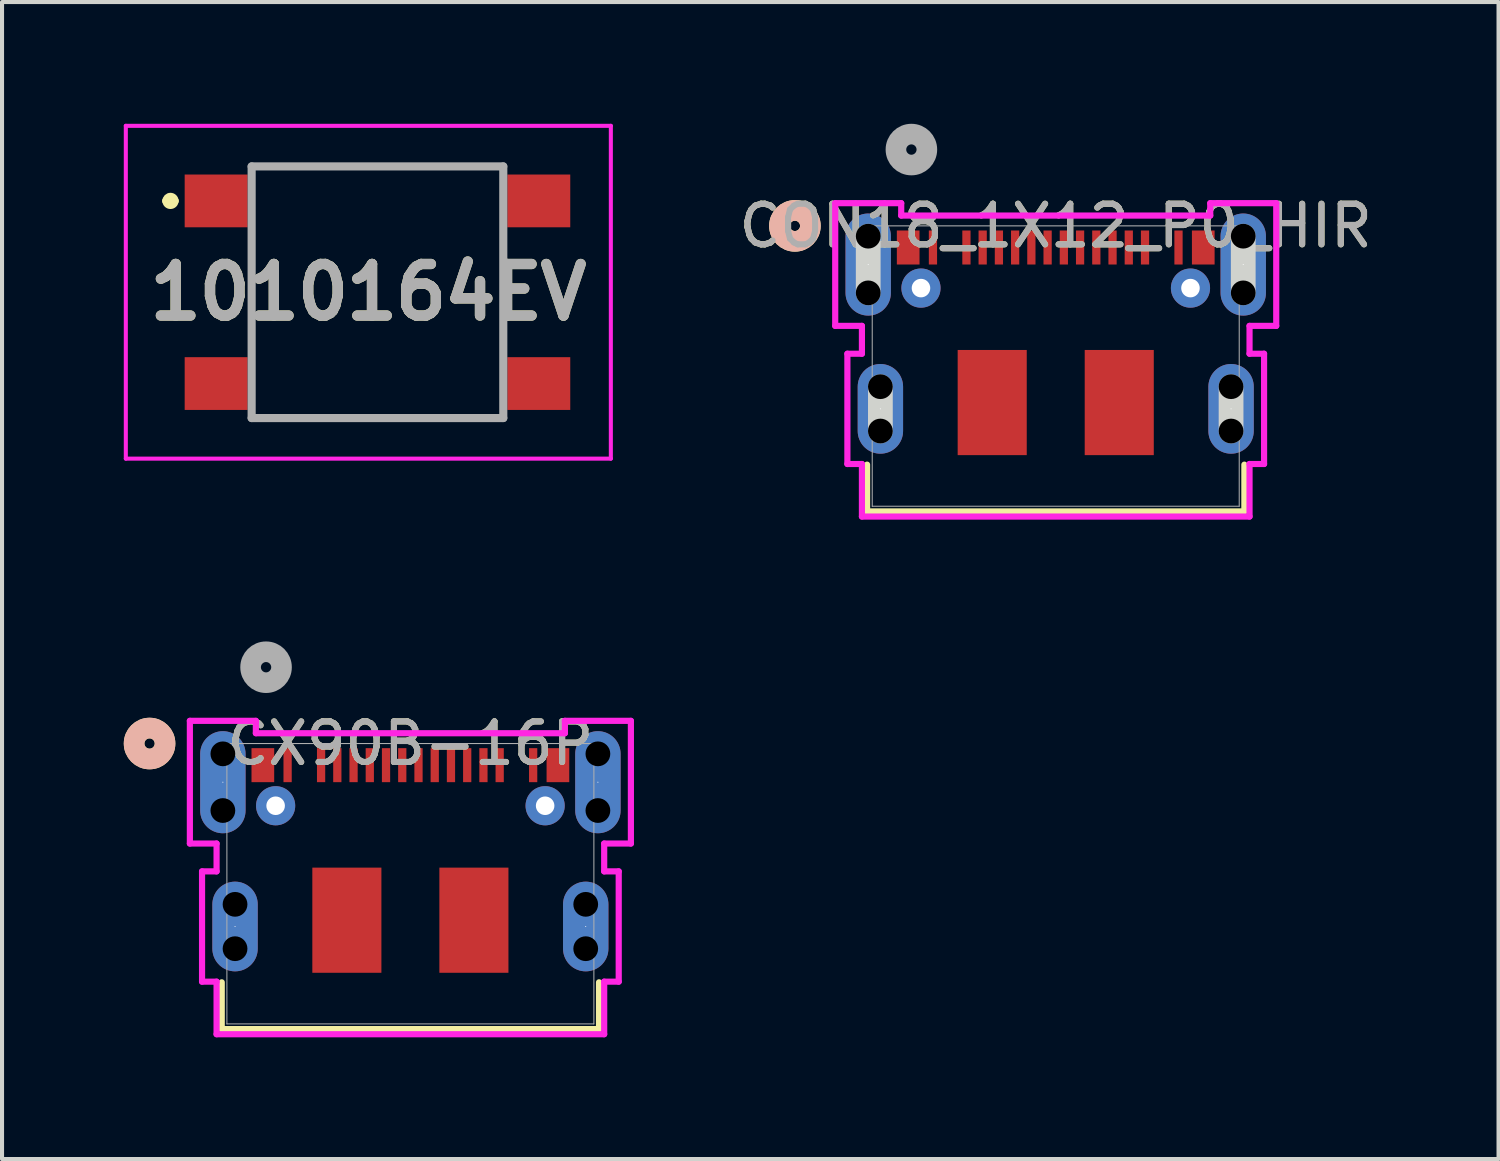
<source format=kicad_pcb>
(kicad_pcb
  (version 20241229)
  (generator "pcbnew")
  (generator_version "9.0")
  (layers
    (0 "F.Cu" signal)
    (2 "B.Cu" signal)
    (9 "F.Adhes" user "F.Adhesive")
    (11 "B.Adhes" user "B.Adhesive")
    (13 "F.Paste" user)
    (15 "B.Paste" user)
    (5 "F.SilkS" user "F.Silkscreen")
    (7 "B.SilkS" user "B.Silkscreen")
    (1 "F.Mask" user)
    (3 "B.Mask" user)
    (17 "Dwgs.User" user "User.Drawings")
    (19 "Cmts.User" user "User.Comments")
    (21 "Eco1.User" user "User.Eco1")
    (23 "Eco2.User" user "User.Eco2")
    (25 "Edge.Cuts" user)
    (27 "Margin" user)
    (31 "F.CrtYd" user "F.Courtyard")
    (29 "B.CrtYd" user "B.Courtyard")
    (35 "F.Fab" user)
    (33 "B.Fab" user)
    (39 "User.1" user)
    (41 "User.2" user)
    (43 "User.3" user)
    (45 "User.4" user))
  (footprint "CX90B-16P"
    (layer "F.Cu")
    (at 7.061 18.723)
    (property "Reference" "CX90B-16P" (at 0 -3.454 0) (unlocked yes) (layer "F.SilkS") (effects (font (size 1 1) (thickness 0.15))))
    (attr smd)
    (fp_line (start -4.648 2.429) (end -4.648 3.581) (stroke (width 0.152) (type solid)) (layer "F.SilkS"))
    (fp_line (start -4.648 3.581) (end 4.648 3.581) (stroke (width 0.152) (type solid)) (layer "F.SilkS"))
    (fp_line (start 4.648 3.581) (end 4.648 2.429) (stroke (width 0.152) (type solid)) (layer "F.SilkS"))
    (fp_circle (center -6.426 -3.454) (end -6.045 -3.454) (stroke (width 0.508) (type solid)) (fill no) (layer "F.SilkS"))
    (fp_circle (center -6.426 -3.454) (end -6.045 -3.454) (stroke (width 0.508) (type solid)) (fill no) (layer "B.SilkS"))
    (fp_line (start -5.433 -4.013) (end -5.433 -0.99) (stroke (width 0.152) (type solid)) (layer "F.CrtYd"))
    (fp_line (start -5.433 -0.99) (end -4.775 -0.99) (stroke (width 0.152) (type solid)) (layer "F.CrtYd"))
    (fp_line (start -5.133 -0.304) (end -5.133 2.413) (stroke (width 0.152) (type solid)) (layer "F.CrtYd"))
    (fp_line (start -5.133 2.413) (end -4.775 2.413) (stroke (width 0.152) (type solid)) (layer "F.CrtYd"))
    (fp_line (start -4.775 -0.99) (end -4.775 -0.304) (stroke (width 0.152) (type solid)) (layer "F.CrtYd"))
    (fp_line (start -4.775 -0.304) (end -5.133 -0.304) (stroke (width 0.152) (type solid)) (layer "F.CrtYd"))
    (fp_line (start -4.775 2.413) (end -4.775 3.708) (stroke (width 0.152) (type solid)) (layer "F.CrtYd"))
    (fp_line (start -4.775 3.708) (end 4.775 3.708) (stroke (width 0.152) (type solid)) (layer "F.CrtYd"))
    (fp_line (start -3.807 -4.013) (end -5.433 -4.013) (stroke (width 0.152) (type solid)) (layer "F.CrtYd"))
    (fp_line (start -3.807 -3.708) (end -3.807 -4.013) (stroke (width 0.152) (type solid)) (layer "F.CrtYd"))
    (fp_line (start 3.807 -4.013) (end 3.807 -3.708) (stroke (width 0.152) (type solid)) (layer "F.CrtYd"))
    (fp_line (start 3.807 -3.708) (end -3.807 -3.708) (stroke (width 0.152) (type solid)) (layer "F.CrtYd"))
    (fp_line (start 4.775 -0.99) (end 5.433 -0.99) (stroke (width 0.152) (type solid)) (layer "F.CrtYd"))
    (fp_line (start 4.775 -0.304) (end 4.775 -0.99) (stroke (width 0.152) (type solid)) (layer "F.CrtYd"))
    (fp_line (start 4.775 2.413) (end 5.133 2.413) (stroke (width 0.152) (type solid)) (layer "F.CrtYd"))
    (fp_line (start 4.775 3.708) (end 4.775 2.413) (stroke (width 0.152) (type solid)) (layer "F.CrtYd"))
    (fp_line (start 5.133 -0.304) (end 4.775 -0.304) (stroke (width 0.152) (type solid)) (layer "F.CrtYd"))
    (fp_line (start 5.133 2.413) (end 5.133 -0.304) (stroke (width 0.152) (type solid)) (layer "F.CrtYd"))
    (fp_line (start 5.433 -4.013) (end 3.807 -4.013) (stroke (width 0.152) (type solid)) (layer "F.CrtYd"))
    (fp_line (start 5.433 -0.99) (end 5.433 -4.013) (stroke (width 0.152) (type solid)) (layer "F.CrtYd"))
    (fp_line (start -4.521 -3.454) (end -4.521 3.454) (stroke (width 0.025) (type solid)) (layer "F.Fab"))
    (fp_line (start -4.521 3.454) (end 4.521 3.454) (stroke (width 0.025) (type solid)) (layer "F.Fab"))
    (fp_line (start 4.521 -3.454) (end -4.521 -3.454) (stroke (width 0.025) (type solid)) (layer "F.Fab"))
    (fp_line (start 4.521 3.454) (end 4.521 -3.454) (stroke (width 0.025) (type solid)) (layer "F.Fab"))
    (fp_circle (center -3.556 -5.334) (end -3.175 -5.334) (stroke (width 0.508) (type solid)) (fill no) (layer "F.Fab"))
    (fp_text user "${REFERENCE}" (at 0 -3.454 0) (unlocked yes) (layer "F.Fab") (effects (font (size 1 1) (thickness 0.15))))
    (pad "" np_thru_hole circle (at -4.62 -3.2) (size 0.61 0.61) (drill 0.61) (layers))
    (pad "" np_thru_hole circle (at -4.62 -1.803) (size 0.61 0.61) (drill 0.61) (layers))
    (pad "" np_thru_hole circle (at -4.32 0.508) (size 0.61 0.61) (drill 0.61) (layers))
    (pad "" thru_hole oval (at -4.32 1.054 90) (size 2.21 1.118) (drill 0.025) (layers "*.Cu" "*.Mask"))
    (pad "" np_thru_hole circle (at -4.32 1.601) (size 0.61 0.61) (drill 0.61) (layers))
    (pad "" thru_hole circle (at -3.32 -1.921) (size 0.965 0.965) (drill 0.457) (layers "*.Cu" "*.Mask"))
    (pad "" smd rect (at -1.565 0.899) (size 1.702 2.591) (layers "F.Cu" "F.Mask" "F.Paste"))
    (pad "" smd rect (at 1.565 0.899) (size 1.702 2.591) (layers "F.Cu" "F.Mask" "F.Paste"))
    (pad "" thru_hole circle (at 3.32 -1.921) (size 0.965 0.965) (drill 0.457) (layers "*.Cu" "*.Mask"))
    (pad "" np_thru_hole circle (at 4.32 0.508) (size 0.61 0.61) (drill 0.61) (layers))
    (pad "" thru_hole oval (at 4.32 1.054 90) (size 2.21 1.118) (drill 0.025) (layers "*.Cu" "*.Mask"))
    (pad "" np_thru_hole circle (at 4.32 1.601) (size 0.61 0.61) (drill 0.61) (layers))
    (pad "" np_thru_hole circle (at 4.62 -3.2) (size 0.61 0.61) (drill 0.61) (layers))
    (pad "" thru_hole oval (at 4.62 -2.501 90) (size 2.515 1.118) (drill 0.025) (layers "*.Cu" "*.Mask"))
    (pad "" np_thru_hole circle (at 4.62 -1.803) (size 0.61 0.61) (drill 0.61) (layers))
    (pad "A1" smd rect (at -3.635 -2.921) (size 0.559 0.838) (layers "F.Cu" "F.Mask" "F.Paste"))
    (pad "A4" smd rect (at -2.2 -2.921) (size 0.203 0.838) (layers "F.Cu" "F.Mask" "F.Paste"))
    (pad "A5" smd rect (at -1.4 -2.921) (size 0.203 0.838) (layers "F.Cu" "F.Mask" "F.Paste"))
    (pad "A6" smd rect (at -0.6 -2.921) (size 0.203 0.838) (layers "F.Cu" "F.Mask" "F.Paste"))
    (pad "A7" smd rect (at 0.6 -2.921) (size 0.203 0.838) (layers "F.Cu" "F.Mask" "F.Paste"))
    (pad "A8" smd rect (at 1.4 -2.921) (size 0.203 0.838) (layers "F.Cu" "F.Mask" "F.Paste"))
    (pad "A9" smd rect (at 2.2 -2.921) (size 0.203 0.838) (layers "F.Cu" "F.Mask" "F.Paste"))
    (pad "A12" smd rect (at 3.635 -2.921) (size 0.559 0.838) (layers "F.Cu" "F.Mask" "F.Paste"))
    (pad "B1" smd rect (at 3.025 -2.921) (size 0.203 0.838) (layers "F.Cu" "F.Mask" "F.Paste"))
    (pad "B4" smd rect (at 1.8 -2.921) (size 0.203 0.838) (layers "F.Cu" "F.Mask" "F.Paste"))
    (pad "B5" smd rect (at 1 -2.921) (size 0.203 0.838) (layers "F.Cu" "F.Mask" "F.Paste"))
    (pad "B6" smd rect (at 0.2 -2.921) (size 0.203 0.838) (layers "F.Cu" "F.Mask" "F.Paste"))
    (pad "B7" smd rect (at -0.2 -2.921) (size 0.203 0.838) (layers "F.Cu" "F.Mask" "F.Paste"))
    (pad "B8" smd rect (at -1 -2.921) (size 0.203 0.838) (layers "F.Cu" "F.Mask" "F.Paste"))
    (pad "B9" smd rect (at -1.8 -2.921) (size 0.203 0.838) (layers "F.Cu" "F.Mask" "F.Paste"))
    (pad "B12" smd rect (at -3.025 -2.921) (size 0.203 0.838) (layers "F.Cu" "F.Mask" "F.Paste"))
    (pad "S1" thru_hole oval (at -4.62 -2.501 90) (size 2.515 1.118) (drill 0.025) (layers "*.Cu" "*.Mask")))
  (footprint "CON18_1X12_P0_HIR"
    (layer "F.Cu")
    (at 22.961 5.969)
    (property "Reference" "CON18_1X12_P0_HIR" (at 0 -3.454 0) (unlocked yes) (layer "F.SilkS") (effects (font (size 1 1) (thickness 0.15))))
    (attr smd)
    (fp_line (start -4.648 2.429) (end -4.648 3.581) (stroke (width 0.152) (type solid)) (layer "F.SilkS"))
    (fp_line (start -4.648 3.581) (end 4.648 3.581) (stroke (width 0.152) (type solid)) (layer "F.SilkS"))
    (fp_line (start 4.648 3.581) (end 4.648 2.429) (stroke (width 0.152) (type solid)) (layer "F.SilkS"))
    (fp_circle (center -6.426 -3.454) (end -6.045 -3.454) (stroke (width 0.508) (type solid)) (fill no) (layer "F.SilkS"))
    (fp_circle (center -6.426 -3.454) (end -6.045 -3.454) (stroke (width 0.508) (type solid)) (fill no) (layer "B.SilkS"))
    (fp_line (start -4.62 -1.803) (end -4.62 -3.2) (stroke (width 0.61) (type solid)) (layer "Edge.Cuts"))
    (fp_line (start -4.32 1.601) (end -4.32 0.508) (stroke (width 0.61) (type solid)) (layer "Edge.Cuts"))
    (fp_line (start 4.32 1.601) (end 4.32 0.508) (stroke (width 0.61) (type solid)) (layer "Edge.Cuts"))
    (fp_line (start 4.62 -1.803) (end 4.62 -3.2) (stroke (width 0.61) (type solid)) (layer "Edge.Cuts"))
    (fp_line (start -5.433 -4.013) (end -5.433 -0.99) (stroke (width 0.152) (type solid)) (layer "F.CrtYd"))
    (fp_line (start -5.433 -0.99) (end -4.775 -0.99) (stroke (width 0.152) (type solid)) (layer "F.CrtYd"))
    (fp_line (start -5.133 -0.304) (end -5.133 2.413) (stroke (width 0.152) (type solid)) (layer "F.CrtYd"))
    (fp_line (start -5.133 2.413) (end -4.775 2.413) (stroke (width 0.152) (type solid)) (layer "F.CrtYd"))
    (fp_line (start -4.775 -0.99) (end -4.775 -0.304) (stroke (width 0.152) (type solid)) (layer "F.CrtYd"))
    (fp_line (start -4.775 -0.304) (end -5.133 -0.304) (stroke (width 0.152) (type solid)) (layer "F.CrtYd"))
    (fp_line (start -4.775 2.413) (end -4.775 3.708) (stroke (width 0.152) (type solid)) (layer "F.CrtYd"))
    (fp_line (start -4.775 3.708) (end 4.775 3.708) (stroke (width 0.152) (type solid)) (layer "F.CrtYd"))
    (fp_line (start -3.807 -4.013) (end -5.433 -4.013) (stroke (width 0.152) (type solid)) (layer "F.CrtYd"))
    (fp_line (start -3.807 -3.708) (end -3.807 -4.013) (stroke (width 0.152) (type solid)) (layer "F.CrtYd"))
    (fp_line (start 3.807 -4.013) (end 3.807 -3.708) (stroke (width 0.152) (type solid)) (layer "F.CrtYd"))
    (fp_line (start 3.807 -3.708) (end -3.807 -3.708) (stroke (width 0.152) (type solid)) (layer "F.CrtYd"))
    (fp_line (start 4.775 -0.99) (end 5.433 -0.99) (stroke (width 0.152) (type solid)) (layer "F.CrtYd"))
    (fp_line (start 4.775 -0.304) (end 4.775 -0.99) (stroke (width 0.152) (type solid)) (layer "F.CrtYd"))
    (fp_line (start 4.775 2.413) (end 5.133 2.413) (stroke (width 0.152) (type solid)) (layer "F.CrtYd"))
    (fp_line (start 4.775 3.708) (end 4.775 2.413) (stroke (width 0.152) (type solid)) (layer "F.CrtYd"))
    (fp_line (start 5.133 -0.304) (end 4.775 -0.304) (stroke (width 0.152) (type solid)) (layer "F.CrtYd"))
    (fp_line (start 5.133 2.413) (end 5.133 -0.304) (stroke (width 0.152) (type solid)) (layer "F.CrtYd"))
    (fp_line (start 5.433 -4.013) (end 3.807 -4.013) (stroke (width 0.152) (type solid)) (layer "F.CrtYd"))
    (fp_line (start 5.433 -0.99) (end 5.433 -4.013) (stroke (width 0.152) (type solid)) (layer "F.CrtYd"))
    (fp_line (start -4.521 -3.454) (end -4.521 3.454) (stroke (width 0.025) (type solid)) (layer "F.Fab"))
    (fp_line (start -4.521 3.454) (end 4.521 3.454) (stroke (width 0.025) (type solid)) (layer "F.Fab"))
    (fp_line (start 4.521 -3.454) (end -4.521 -3.454) (stroke (width 0.025) (type solid)) (layer "F.Fab"))
    (fp_line (start 4.521 3.454) (end 4.521 -3.454) (stroke (width 0.025) (type solid)) (layer "F.Fab"))
    (fp_circle (center -3.556 -5.334) (end -3.175 -5.334) (stroke (width 0.508) (type solid)) (fill no) (layer "F.Fab"))
    (fp_text user "${REFERENCE}" (at 0 -3.454 0) (unlocked yes) (layer "F.Fab") (effects (font (size 1 1) (thickness 0.15))))
    (pad "" np_thru_hole circle (at -4.62 -3.2) (size 0.61 0.61) (drill 0.61) (layers))
    (pad "" np_thru_hole circle (at -4.62 -1.803) (size 0.61 0.61) (drill 0.61) (layers))
    (pad "" np_thru_hole circle (at -4.32 0.508) (size 0.61 0.61) (drill 0.61) (layers))
    (pad "" thru_hole oval (at -4.32 1.054 90) (size 2.21 1.118) (drill 0.025) (layers "*.Cu" "*.Mask"))
    (pad "" np_thru_hole circle (at -4.32 1.601) (size 0.61 0.61) (drill 0.61) (layers))
    (pad "" thru_hole circle (at -3.32 -1.921) (size 0.965 0.965) (drill 0.457) (layers "*.Cu" "*.Mask"))
    (pad "" smd rect (at -1.565 0.899) (size 1.702 2.591) (layers "F.Cu" "F.Mask" "F.Paste"))
    (pad "" smd rect (at 1.565 0.899) (size 1.702 2.591) (layers "F.Cu" "F.Mask" "F.Paste"))
    (pad "" thru_hole circle (at 3.32 -1.921) (size 0.965 0.965) (drill 0.457) (layers "*.Cu" "*.Mask"))
    (pad "" np_thru_hole circle (at 4.32 0.508) (size 0.61 0.61) (drill 0.61) (layers))
    (pad "" thru_hole oval (at 4.32 1.054 90) (size 2.21 1.118) (drill 0.025) (layers "*.Cu" "*.Mask"))
    (pad "" np_thru_hole circle (at 4.32 1.601) (size 0.61 0.61) (drill 0.61) (layers))
    (pad "" np_thru_hole circle (at 4.62 -3.2) (size 0.61 0.61) (drill 0.61) (layers))
    (pad "" thru_hole oval (at 4.62 -2.501 90) (size 2.515 1.118) (drill 0.025) (layers "*.Cu" "*.Mask"))
    (pad "" np_thru_hole circle (at 4.62 -1.803) (size 0.61 0.61) (drill 0.61) (layers))
    (pad "A1" smd rect (at -3.635 -2.921) (size 0.559 0.838) (layers "F.Cu" "F.Mask" "F.Paste"))
    (pad "A4" smd rect (at -2.2 -2.921) (size 0.203 0.838) (layers "F.Cu" "F.Mask" "F.Paste"))
    (pad "A5" smd rect (at -1.4 -2.921) (size 0.203 0.838) (layers "F.Cu" "F.Mask" "F.Paste"))
    (pad "A6" smd rect (at -0.6 -2.921) (size 0.203 0.838) (layers "F.Cu" "F.Mask" "F.Paste"))
    (pad "A7" smd rect (at 0.6 -2.921) (size 0.203 0.838) (layers "F.Cu" "F.Mask" "F.Paste"))
    (pad "A8" smd rect (at 1.4 -2.921) (size 0.203 0.838) (layers "F.Cu" "F.Mask" "F.Paste"))
    (pad "A9" smd rect (at 2.2 -2.921) (size 0.203 0.838) (layers "F.Cu" "F.Mask" "F.Paste"))
    (pad "A12" smd rect (at 3.635 -2.921) (size 0.559 0.838) (layers "F.Cu" "F.Mask" "F.Paste"))
    (pad "B1" smd rect (at 3.025 -2.921) (size 0.203 0.838) (layers "F.Cu" "F.Mask" "F.Paste"))
    (pad "B4" smd rect (at 1.8 -2.921) (size 0.203 0.838) (layers "F.Cu" "F.Mask" "F.Paste"))
    (pad "B5" smd rect (at 1 -2.921) (size 0.203 0.838) (layers "F.Cu" "F.Mask" "F.Paste"))
    (pad "B6" smd rect (at 0.2 -2.921) (size 0.203 0.838) (layers "F.Cu" "F.Mask" "F.Paste"))
    (pad "B7" smd rect (at -0.2 -2.921) (size 0.203 0.838) (layers "F.Cu" "F.Mask" "F.Paste"))
    (pad "B8" smd rect (at -1 -2.921) (size 0.203 0.838) (layers "F.Cu" "F.Mask" "F.Paste"))
    (pad "B9" smd rect (at -1.8 -2.921) (size 0.203 0.838) (layers "F.Cu" "F.Mask" "F.Paste"))
    (pad "B12" smd rect (at -3.025 -2.921) (size 0.203 0.838) (layers "F.Cu" "F.Mask" "F.Paste"))
    (pad "S1" thru_hole oval (at -4.62 -2.501 90) (size 2.515 1.118) (drill 0.025) (layers "*.Cu" "*.Mask")))
  (footprint "1010164EV"
    (layer "F.Cu")
    (at 6.25 4.15)
    (property "Reference" "1010164EV" (at -0.225 0 0) (layer "F.SilkS") (effects (font (size 1.27 1.27) (thickness 0.254))))
    (attr smd)
    (fp_line (start -5.2 -2.25) (end -5.2 -2.25) (stroke (width 0.2) (type solid)) (layer "F.SilkS"))
    (fp_line (start -5 -2.25) (end -5 -2.25) (stroke (width 0.2) (type solid)) (layer "F.SilkS"))
    (fp_line (start -3 3.1) (end 3 3.1) (stroke (width 0.1) (type solid)) (layer "F.SilkS"))
    (fp_line (start 3 -3.1) (end -3.1 -3.1) (stroke (width 0.1) (type solid)) (layer "F.SilkS"))
    (fp_arc (start -5.2 -2.25) (mid -5.1 -2.35) (end -5 -2.25) (stroke (width 0.2) (type solid)) (layer "F.SilkS"))
    (fp_arc (start -5 -2.25) (mid -5.1 -2.15) (end -5.2 -2.25) (stroke (width 0.2) (type solid)) (layer "F.SilkS"))
    (fp_line (start -6.2 -4.1) (end 5.75 -4.1) (stroke (width 0.1) (type solid)) (layer "F.CrtYd"))
    (fp_line (start -6.2 4.1) (end -6.2 -4.1) (stroke (width 0.1) (type solid)) (layer "F.CrtYd"))
    (fp_line (start 5.75 -4.1) (end 5.75 4.1) (stroke (width 0.1) (type solid)) (layer "F.CrtYd"))
    (fp_line (start 5.75 4.1) (end -6.2 4.1) (stroke (width 0.1) (type solid)) (layer "F.CrtYd"))
    (fp_line (start -3.1 -3.1) (end 3.1 -3.1) (stroke (width 0.2) (type solid)) (layer "F.Fab"))
    (fp_line (start -3.1 3.1) (end -3.1 -3.1) (stroke (width 0.2) (type solid)) (layer "F.Fab"))
    (fp_line (start 3.1 -3.1) (end 3.1 3.1) (stroke (width 0.2) (type solid)) (layer "F.Fab"))
    (fp_line (start 3.1 3.1) (end -3.1 3.1) (stroke (width 0.2) (type solid)) (layer "F.Fab"))
    (fp_text user "${REFERENCE}" (at -0.225 0 0) (layer "F.Fab") (effects (font (size 1.27 1.27) (thickness 0.254))))
    (pad "T1" smd rect (at -3.975 -2.25 90) (size 1.3 1.55) (layers "F.Cu" "F.Mask" "F.Paste"))
    (pad "T2" smd rect (at 3.975 -2.25 90) (size 1.3 1.55) (layers "F.Cu" "F.Mask" "F.Paste"))
    (pad "T3" smd rect (at -3.975 2.25 90) (size 1.3 1.55) (layers "F.Cu" "F.Mask" "F.Paste"))
    (pad "T4" smd rect (at 3.975 2.25 90) (size 1.3 1.55) (layers "F.Cu" "F.Mask" "F.Paste")))
  (gr_rect
    (start -3 -3)
    (end 33.871 25.507)
    (stroke (width 0.1) (type default))
    (fill no)
    (layer "Edge.Cuts")))
</source>
